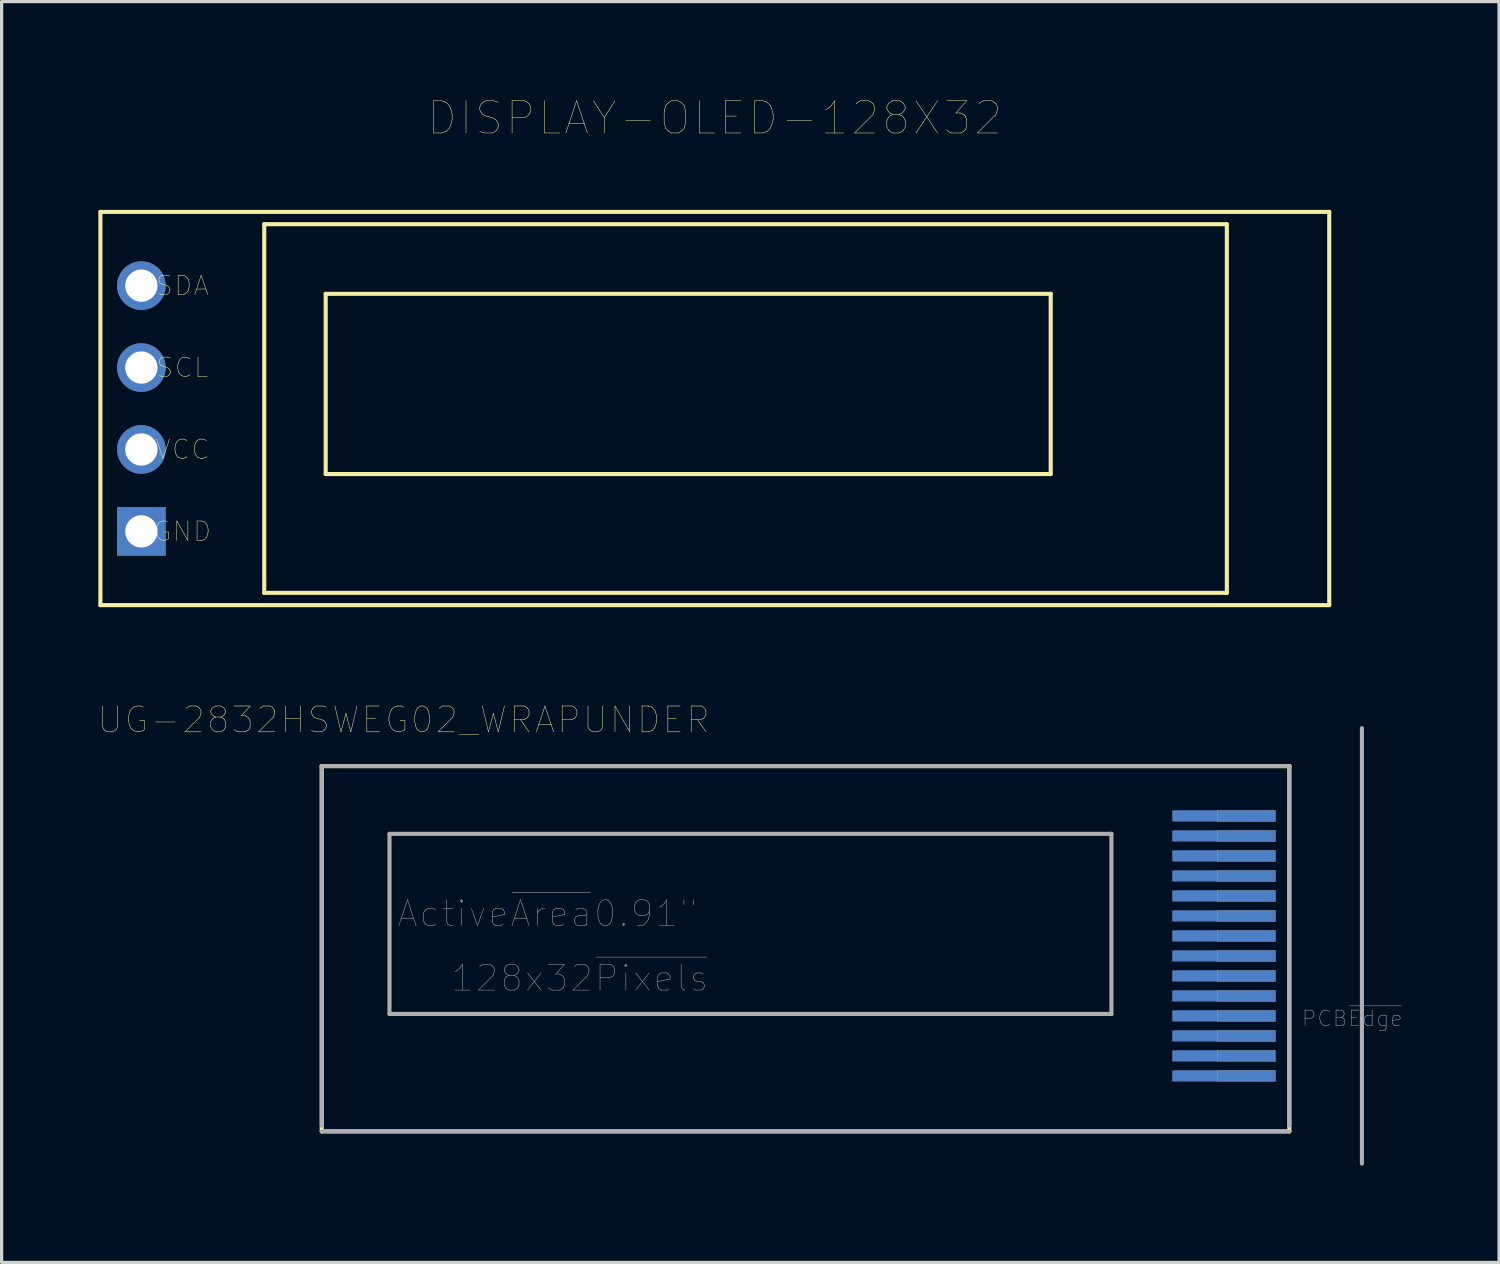
<source format=kicad_pcb>
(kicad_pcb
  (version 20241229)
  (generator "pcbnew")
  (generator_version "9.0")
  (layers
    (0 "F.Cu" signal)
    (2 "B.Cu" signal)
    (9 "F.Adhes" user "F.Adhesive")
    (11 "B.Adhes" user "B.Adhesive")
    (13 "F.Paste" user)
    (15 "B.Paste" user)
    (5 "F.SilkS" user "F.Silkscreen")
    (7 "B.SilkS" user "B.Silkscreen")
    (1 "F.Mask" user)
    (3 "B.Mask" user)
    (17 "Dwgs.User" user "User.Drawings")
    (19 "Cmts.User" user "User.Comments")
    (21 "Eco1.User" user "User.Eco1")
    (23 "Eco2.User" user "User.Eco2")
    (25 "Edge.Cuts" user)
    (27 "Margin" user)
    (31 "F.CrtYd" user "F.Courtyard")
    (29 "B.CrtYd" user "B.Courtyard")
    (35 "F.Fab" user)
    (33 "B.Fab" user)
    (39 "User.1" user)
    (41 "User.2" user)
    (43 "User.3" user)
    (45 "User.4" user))
  (footprint "DISPLAY-OLED-128X32"
    (layer "F.Cu")
    (at 18.288 8.866)
    (property "Reference" "DISPLAY-OLED-128X32" (at 0.825 -8.255 0) (layer "F.SilkS") (effects (font (size 1 1) (thickness 0.015))))
    (attr through_hole)
    (fp_line (start -18.225 -5.346) (end 19.875 -5.346) (stroke (width 0.127) (type solid)) (layer "F.SilkS"))
    (fp_line (start -18.225 6.846) (end -18.225 -5.346) (stroke (width 0.127) (type solid)) (layer "F.SilkS"))
    (fp_line (start -13.145 -4.965) (end 16.7 -4.965) (stroke (width 0.127) (type solid)) (layer "F.SilkS"))
    (fp_line (start -13.145 6.465) (end -13.145 -4.965) (stroke (width 0.127) (type solid)) (layer "F.SilkS"))
    (fp_line (start -11.24 -2.806) (end 11.239 -2.806) (stroke (width 0.127) (type solid)) (layer "F.SilkS"))
    (fp_line (start -11.24 2.782) (end -11.24 -2.806) (stroke (width 0.127) (type solid)) (layer "F.SilkS"))
    (fp_line (start 11.239 -2.806) (end 11.239 2.782) (stroke (width 0.127) (type solid)) (layer "F.SilkS"))
    (fp_line (start 11.239 2.782) (end -11.24 2.782) (stroke (width 0.127) (type solid)) (layer "F.SilkS"))
    (fp_line (start 16.7 -4.965) (end 16.7 6.465) (stroke (width 0.127) (type solid)) (layer "F.SilkS"))
    (fp_line (start 16.7 6.465) (end -13.145 6.465) (stroke (width 0.127) (type solid)) (layer "F.SilkS"))
    (fp_line (start 19.875 -5.346) (end 19.875 6.846) (stroke (width 0.127) (type solid)) (layer "F.SilkS"))
    (fp_line (start 19.875 6.846) (end -18.225 6.846) (stroke (width 0.127) (type solid)) (layer "F.SilkS"))
    (fp_text user "GND" (at -15.685 4.56 0) (layer "F.SilkS") (effects (font (size 0.6 0.6) (thickness 0.015))))
    (fp_text user "SCL" (at -15.685 -0.52 0) (layer "F.SilkS") (effects (font (size 0.6 0.6) (thickness 0.015))))
    (fp_text user "SDA" (at -15.685 -3.06 0) (layer "F.SilkS") (effects (font (size 0.6 0.6) (thickness 0.015))))
    (fp_text user "VCC" (at -15.685 2.02 0) (layer "F.SilkS") (effects (font (size 0.6 0.6) (thickness 0.015))))
    (pad "1" thru_hole rect (at -16.955 4.56) (size 1.508 1.508) (drill 1) (layers "*.Cu" "*.Mask"))
    (pad "2" thru_hole circle (at -16.955 2.02) (size 1.508 1.508) (drill 1) (layers "*.Cu" "*.Mask"))
    (pad "3" thru_hole circle (at -16.955 -0.52) (size 1.508 1.508) (drill 1) (layers "*.Cu" "*.Mask"))
    (pad "4" thru_hole circle (at -16.955 -3.06) (size 1.508 1.508) (drill 1) (layers "*.Cu" "*.Mask")))
  (footprint "UG-2832HSWEG02_WRAPUNDER"
    (layer "F.Cu")
    (at 36.926 26.278)
    (property "Reference" "UG-2832HSWEG02_WRAPUNDER" (at -27.46 -7.008 0) (layer "F.SilkS") (effects (font (size 0.8 0.8) (thickness 0.015))))
    (attr through_hole)
    (fp_line (start -30 -5.575) (end -30 5.75) (stroke (width 0.127) (type solid)) (layer "F.SilkS"))
    (fp_line (start 0 -5.575) (end -30 -5.575) (stroke (width 0.127) (type solid)) (layer "F.SilkS"))
    (fp_line (start 0 -5.575) (end 0 5.75) (stroke (width 0.127) (type solid)) (layer "F.SilkS"))
    (fp_line (start 0 5.75) (end -30 5.75) (stroke (width 0.127) (type solid)) (layer "F.SilkS"))
    (fp_line (start -30 -5.575) (end -30 5.575) (stroke (width 0.127) (type solid)) (layer "F.Fab"))
    (fp_line (start -27.9 -3.475) (end -27.9 2.109) (stroke (width 0.127) (type solid)) (layer "F.Fab"))
    (fp_line (start -5.516 -3.475) (end -27.9 -3.475) (stroke (width 0.127) (type solid)) (layer "F.Fab"))
    (fp_line (start -5.516 -3.475) (end -5.516 2.109) (stroke (width 0.127) (type solid)) (layer "F.Fab"))
    (fp_line (start -5.516 2.109) (end -27.9 2.109) (stroke (width 0.127) (type solid)) (layer "F.Fab"))
    (fp_line (start 0 -5.575) (end -30 -5.575) (stroke (width 0.127) (type solid)) (layer "F.Fab"))
    (fp_line (start 0 -5.575) (end 0 5.575) (stroke (width 0.127) (type solid)) (layer "F.Fab"))
    (fp_line (start 0 5.75) (end -30 5.75) (stroke (width 0.127) (type solid)) (layer "F.Fab"))
    (fp_line (start 2.25 -6.75) (end 2.25 6.75) (stroke (width 0.127) (type solid)) (layer "F.Fab"))
    (fp_poly (pts (xy -2.23 -4.205) (xy -0.43 -4.205) (xy -0.43 -3.855) (xy -2.23 -3.855)) (stroke (width 0.01) (type solid)) (fill no) (layer "F.Fab"))
    (fp_poly (pts (xy -2.23 -3.585) (xy -0.43 -3.585) (xy -0.43 -3.235) (xy -2.23 -3.235)) (stroke (width 0.01) (type solid)) (fill no) (layer "F.Fab"))
    (fp_poly (pts (xy -2.23 -2.965) (xy -0.43 -2.965) (xy -0.43 -2.615) (xy -2.23 -2.615)) (stroke (width 0.01) (type solid)) (fill no) (layer "F.Fab"))
    (fp_poly (pts (xy -2.23 -2.345) (xy -0.43 -2.345) (xy -0.43 -1.995) (xy -2.23 -1.995)) (stroke (width 0.01) (type solid)) (fill no) (layer "F.Fab"))
    (fp_poly (pts (xy -2.23 -1.725) (xy -0.43 -1.725) (xy -0.43 -1.375) (xy -2.23 -1.375)) (stroke (width 0.01) (type solid)) (fill no) (layer "F.Fab"))
    (fp_poly (pts (xy -2.23 -1.105) (xy -0.43 -1.105) (xy -0.43 -0.755) (xy -2.23 -0.755)) (stroke (width 0.01) (type solid)) (fill no) (layer "F.Fab"))
    (fp_poly (pts (xy -2.23 -0.485) (xy -0.43 -0.485) (xy -0.43 -0.135) (xy -2.23 -0.135)) (stroke (width 0.01) (type solid)) (fill no) (layer "F.Fab"))
    (fp_poly (pts (xy -2.23 0.135) (xy -0.43 0.135) (xy -0.43 0.485) (xy -2.23 0.485)) (stroke (width 0.01) (type solid)) (fill no) (layer "F.Fab"))
    (fp_poly (pts (xy -2.23 0.755) (xy -0.43 0.755) (xy -0.43 1.105) (xy -2.23 1.105)) (stroke (width 0.01) (type solid)) (fill no) (layer "F.Fab"))
    (fp_poly (pts (xy -2.23 1.375) (xy -0.43 1.375) (xy -0.43 1.725) (xy -2.23 1.725)) (stroke (width 0.01) (type solid)) (fill no) (layer "F.Fab"))
    (fp_poly (pts (xy -2.23 1.995) (xy -0.43 1.995) (xy -0.43 2.345) (xy -2.23 2.345)) (stroke (width 0.01) (type solid)) (fill no) (layer "F.Fab"))
    (fp_poly (pts (xy -2.23 2.615) (xy -0.43 2.615) (xy -0.43 2.965) (xy -2.23 2.965)) (stroke (width 0.01) (type solid)) (fill no) (layer "F.Fab"))
    (fp_poly (pts (xy -2.23 3.235) (xy -0.43 3.235) (xy -0.43 3.585) (xy -2.23 3.585)) (stroke (width 0.01) (type solid)) (fill no) (layer "F.Fab"))
    (fp_poly (pts (xy -2.23 3.855) (xy -0.43 3.855) (xy -0.43 4.205) (xy -2.23 4.205)) (stroke (width 0.01) (type solid)) (fill no) (layer "F.Fab"))
    (fp_text user "PCB~{Edge}" (at 1.95 2.25 0) (layer "F.Fab") (effects (font (size 0.48 0.48) (thickness 0.015))))
    (fp_text user "128x32~{Pixels}" (at -22 1 0) (layer "F.Fab") (effects (font (size 0.8 0.8) (thickness 0.015))))
    (fp_text user "Active~{Area}0.91\"" (at -23 -1 0) (layer "F.Fab") (effects (font (size 0.8 0.8) (thickness 0.015))))
    (pad "1" smd rect (at -2.03 4.03) (size 3.2 0.35) (layers "B.Cu" "B.Mask" "B.Paste"))
    (pad "2" smd rect (at -2.03 3.41) (size 3.2 0.35) (layers "B.Cu" "B.Mask" "B.Paste"))
    (pad "3" smd rect (at -2.03 2.79) (size 3.2 0.35) (layers "B.Cu" "B.Mask" "B.Paste"))
    (pad "4" smd rect (at -2.03 2.17) (size 3.2 0.35) (layers "B.Cu" "B.Mask" "B.Paste"))
    (pad "5" smd rect (at -2.03 1.55) (size 3.2 0.35) (layers "B.Cu" "B.Mask" "B.Paste"))
    (pad "6" smd rect (at -2.03 0.93) (size 3.2 0.35) (layers "B.Cu" "B.Mask" "B.Paste"))
    (pad "7" smd rect (at -2.03 0.31) (size 3.2 0.35) (layers "B.Cu" "B.Mask" "B.Paste"))
    (pad "8" smd rect (at -2.03 -0.31) (size 3.2 0.35) (layers "B.Cu" "B.Mask" "B.Paste"))
    (pad "9" smd rect (at -2.03 -0.93) (size 3.2 0.35) (layers "B.Cu" "B.Mask" "B.Paste"))
    (pad "10" smd rect (at -2.03 -1.55) (size 3.2 0.35) (layers "B.Cu" "B.Mask" "B.Paste"))
    (pad "11" smd rect (at -2.03 -2.17) (size 3.2 0.35) (layers "B.Cu" "B.Mask" "B.Paste"))
    (pad "12" smd rect (at -2.03 -2.79) (size 3.2 0.35) (layers "B.Cu" "B.Mask" "B.Paste"))
    (pad "13" smd rect (at -2.03 -3.41) (size 3.2 0.35) (layers "B.Cu" "B.Mask" "B.Paste"))
    (pad "14" smd rect (at -2.03 -4.03) (size 3.2 0.35) (layers "B.Cu" "B.Mask" "B.Paste")))
  (gr_rect
    (start -3 -3)
    (end 43.428 36.092)
    (stroke (width 0.1) (type default))
    (fill no)
    (layer "Edge.Cuts")))
</source>
